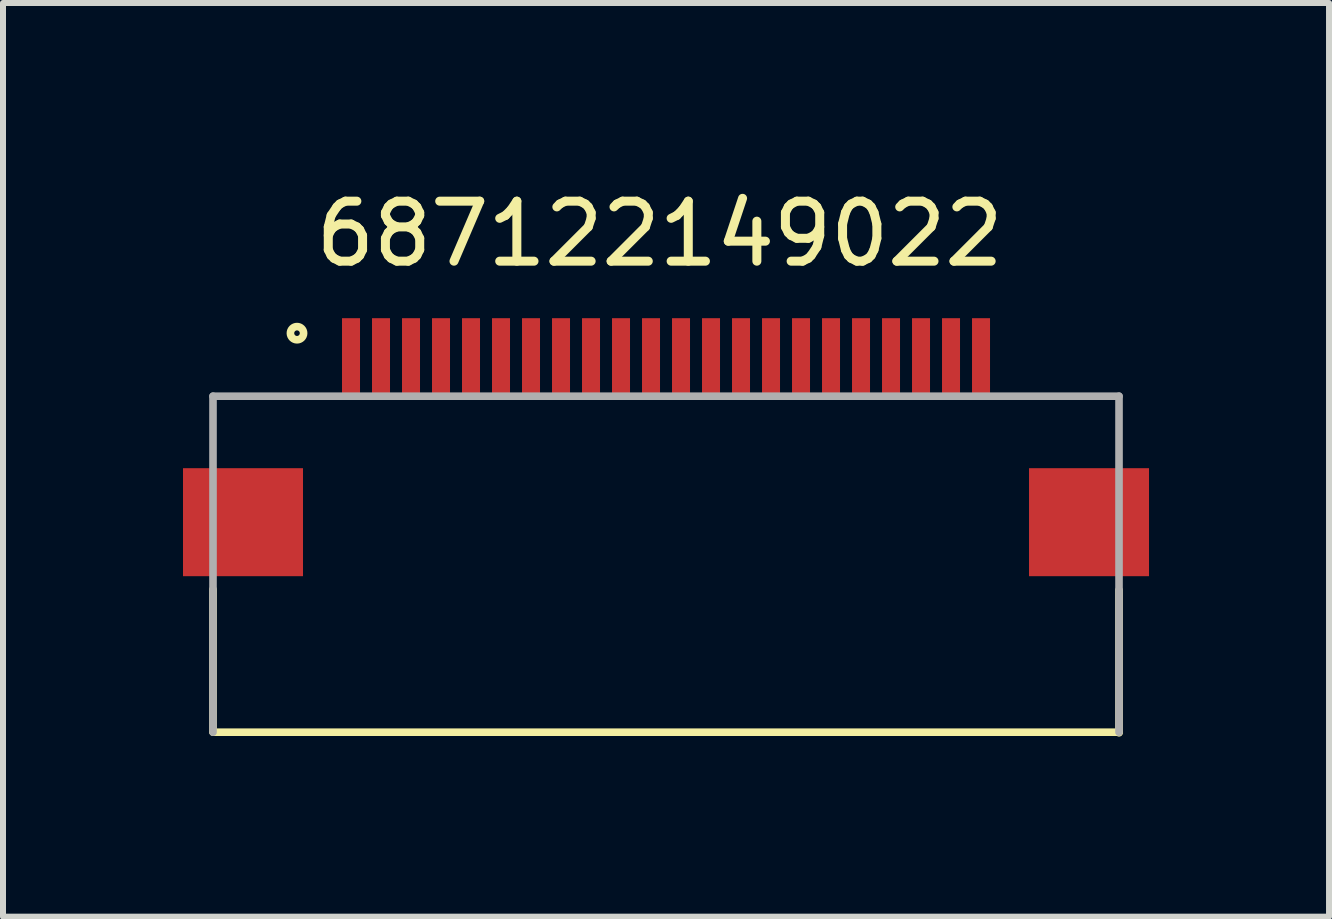
<source format=kicad_pcb>
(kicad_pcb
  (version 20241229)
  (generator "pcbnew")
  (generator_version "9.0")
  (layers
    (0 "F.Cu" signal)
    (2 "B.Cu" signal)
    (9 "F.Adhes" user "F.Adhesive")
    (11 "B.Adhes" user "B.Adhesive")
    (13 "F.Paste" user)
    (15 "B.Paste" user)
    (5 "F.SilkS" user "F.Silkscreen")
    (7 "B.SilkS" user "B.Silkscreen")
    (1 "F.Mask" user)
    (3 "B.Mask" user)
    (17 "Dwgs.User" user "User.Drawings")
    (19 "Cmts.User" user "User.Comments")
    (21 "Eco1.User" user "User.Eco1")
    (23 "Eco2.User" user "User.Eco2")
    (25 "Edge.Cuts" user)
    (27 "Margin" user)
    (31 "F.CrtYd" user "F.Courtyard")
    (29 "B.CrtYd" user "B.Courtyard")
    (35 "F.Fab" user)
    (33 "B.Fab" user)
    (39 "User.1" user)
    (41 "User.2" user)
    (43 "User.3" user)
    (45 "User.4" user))
  (footprint "687122149022"
    (layer "F.Cu")
    (at 8.05 2.903)
    (property "Reference" "687122149022" (at -0.105 -2.055 0) (layer "F.SilkS") (effects (font (size 1 1) (thickness 0.15))))
    (attr through_hole)
    (fp_line (start -7.55 3.87) (end -7.55 6.24) (stroke (width 0.127) (type solid)) (layer "F.SilkS"))
    (fp_line (start 7.55 3.88) (end 7.55 6.26) (stroke (width 0.127) (type solid)) (layer "F.SilkS"))
    (fp_line (start 7.55 6.25) (end -7.55 6.25) (stroke (width 0.127) (type solid)) (layer "F.SilkS"))
    (fp_circle (center -6.15 -0.4) (end -6.04 -0.4) (stroke (width 0.127) (type solid)) (fill no) (layer "F.SilkS"))
    (fp_line (start -7.55 0.65) (end 7.55 0.65) (stroke (width 0.127) (type solid)) (layer "F.Fab"))
    (fp_line (start -7.55 6.25) (end -7.55 0.65) (stroke (width 0.127) (type solid)) (layer "F.Fab"))
    (fp_line (start 7.55 0.65) (end 7.55 6.25) (stroke (width 0.127) (type solid)) (layer "F.Fab"))
    (pad "1" smd rect (at -5.25 0) (size 0.3 1.3) (layers "F.Cu" "F.Mask" "F.Paste"))
    (pad "2" smd rect (at -4.75 0) (size 0.3 1.3) (layers "F.Cu" "F.Mask" "F.Paste"))
    (pad "3" smd rect (at -4.25 0) (size 0.3 1.3) (layers "F.Cu" "F.Mask" "F.Paste"))
    (pad "4" smd rect (at -3.75 0) (size 0.3 1.3) (layers "F.Cu" "F.Mask" "F.Paste"))
    (pad "5" smd rect (at -3.25 0) (size 0.3 1.3) (layers "F.Cu" "F.Mask" "F.Paste"))
    (pad "6" smd rect (at -2.75 0) (size 0.3 1.3) (layers "F.Cu" "F.Mask" "F.Paste"))
    (pad "7" smd rect (at -2.25 0) (size 0.3 1.3) (layers "F.Cu" "F.Mask" "F.Paste"))
    (pad "8" smd rect (at -1.75 0) (size 0.3 1.3) (layers "F.Cu" "F.Mask" "F.Paste"))
    (pad "9" smd rect (at -1.25 0) (size 0.3 1.3) (layers "F.Cu" "F.Mask" "F.Paste"))
    (pad "10" smd rect (at -0.75 0) (size 0.3 1.3) (layers "F.Cu" "F.Mask" "F.Paste"))
    (pad "11" smd rect (at -0.25 0) (size 0.3 1.3) (layers "F.Cu" "F.Mask" "F.Paste"))
    (pad "12" smd rect (at 0.25 0) (size 0.3 1.3) (layers "F.Cu" "F.Mask" "F.Paste"))
    (pad "13" smd rect (at 0.75 0) (size 0.3 1.3) (layers "F.Cu" "F.Mask" "F.Paste"))
    (pad "14" smd rect (at 1.25 0) (size 0.3 1.3) (layers "F.Cu" "F.Mask" "F.Paste"))
    (pad "15" smd rect (at 1.75 0) (size 0.3 1.3) (layers "F.Cu" "F.Mask" "F.Paste"))
    (pad "16" smd rect (at 2.25 0) (size 0.3 1.3) (layers "F.Cu" "F.Mask" "F.Paste"))
    (pad "17" smd rect (at 2.75 0) (size 0.3 1.3) (layers "F.Cu" "F.Mask" "F.Paste"))
    (pad "18" smd rect (at 3.25 0) (size 0.3 1.3) (layers "F.Cu" "F.Mask" "F.Paste"))
    (pad "19" smd rect (at 3.75 0) (size 0.3 1.3) (layers "F.Cu" "F.Mask" "F.Paste"))
    (pad "20" smd rect (at 4.25 0) (size 0.3 1.3) (layers "F.Cu" "F.Mask" "F.Paste"))
    (pad "21" smd rect (at 4.75 0) (size 0.3 1.3) (layers "F.Cu" "F.Mask" "F.Paste"))
    (pad "22" smd rect (at 5.25 0) (size 0.3 1.3) (layers "F.Cu" "F.Mask" "F.Paste"))
    (pad "Z1" smd rect (at -7.05 2.75) (size 2 1.8) (layers "F.Cu" "F.Mask" "F.Paste"))
    (pad "Z2" smd rect (at 7.05 2.75) (size 2 1.8) (layers "F.Cu" "F.Mask" "F.Paste")))
  (gr_rect
    (start -3 -3)
    (end 19.1 12.227)
    (stroke (width 0.1) (type default))
    (fill no)
    (layer "Edge.Cuts")))
</source>
